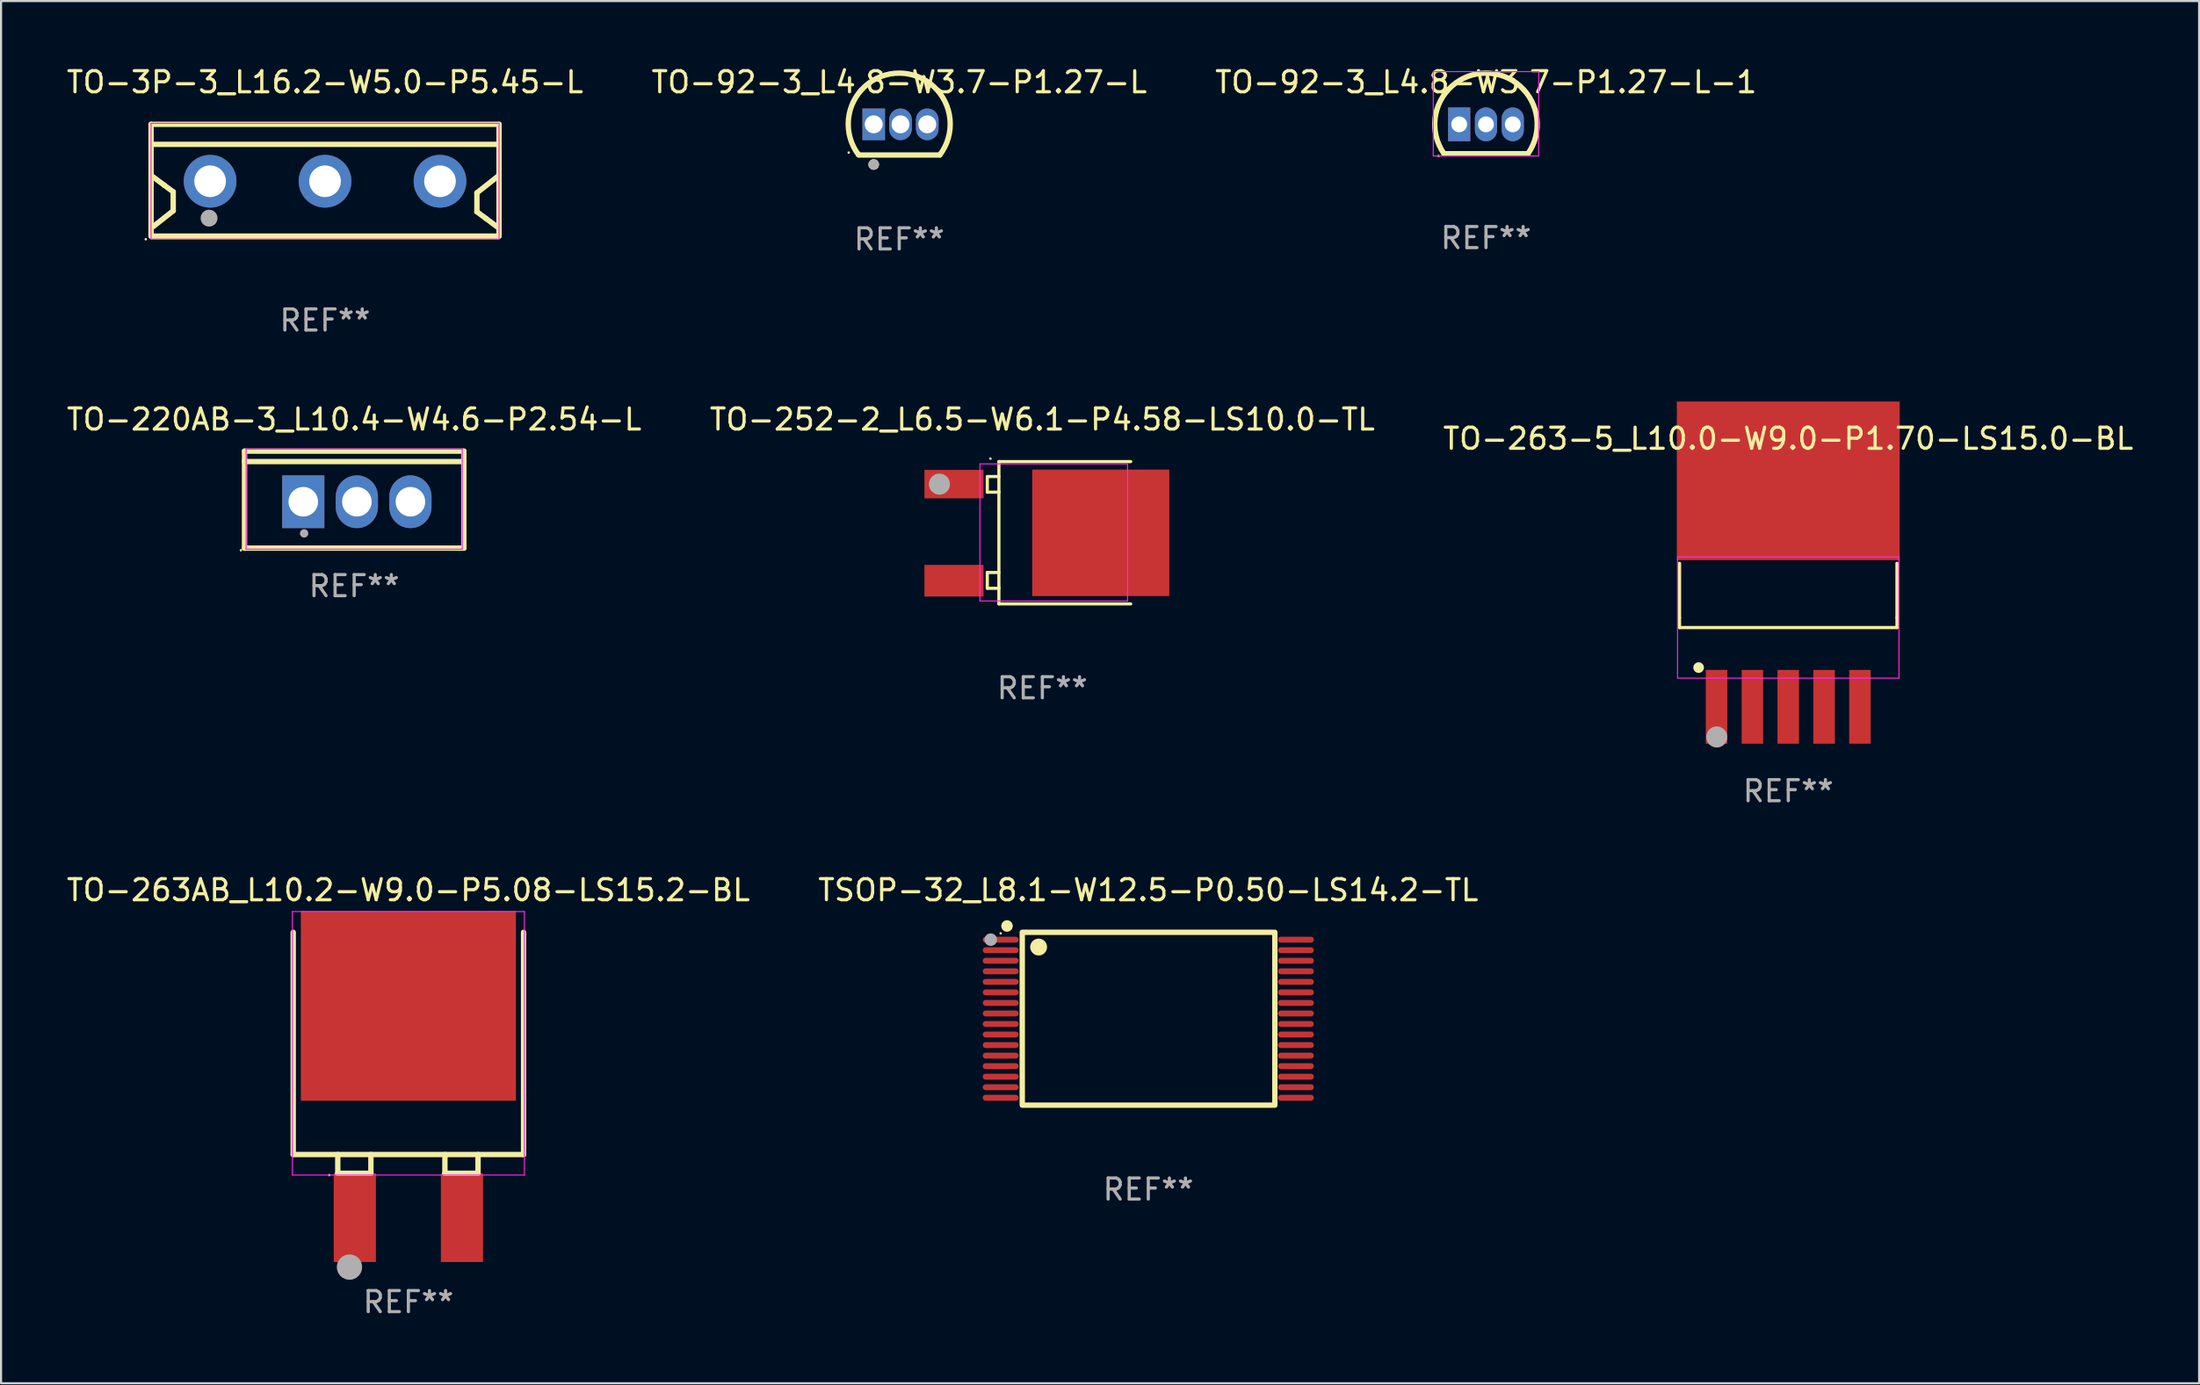
<source format=kicad_pcb>
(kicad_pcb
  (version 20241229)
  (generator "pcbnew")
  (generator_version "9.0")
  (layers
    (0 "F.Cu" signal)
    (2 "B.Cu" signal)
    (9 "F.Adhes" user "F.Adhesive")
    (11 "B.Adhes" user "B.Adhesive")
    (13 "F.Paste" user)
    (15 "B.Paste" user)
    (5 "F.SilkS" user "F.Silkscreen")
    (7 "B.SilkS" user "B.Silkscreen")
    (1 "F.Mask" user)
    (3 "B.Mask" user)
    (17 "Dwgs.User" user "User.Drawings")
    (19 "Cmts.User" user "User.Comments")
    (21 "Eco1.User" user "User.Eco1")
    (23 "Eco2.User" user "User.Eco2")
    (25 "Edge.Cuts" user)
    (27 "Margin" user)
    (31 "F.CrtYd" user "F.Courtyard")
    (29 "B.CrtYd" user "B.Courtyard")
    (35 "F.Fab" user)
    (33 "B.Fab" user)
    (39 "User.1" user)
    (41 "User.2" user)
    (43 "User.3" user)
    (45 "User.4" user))
  (footprint "TO-263-5_L10.0-W9.0-P1.70-LS15.0-BL"
    (layer "F.Cu")
    (at 81.744 25.118)
    (property "Reference" "TO-263-5_L10.0-W9.0-P1.70-LS15.0-BL" (at 0.000013 -7.36 0) (layer "F.SilkS") (effects (font (size 1 1) (thickness 0.15))))
    (attr smd)
    (fp_line (start -5.156 -1.447) (end -5.156 1.132) (stroke (width 0.152) (type solid)) (layer "F.SilkS"))
    (fp_line (start -5.156 1.132) (end -5.156 1.601) (stroke (width 0.15) (type solid)) (layer "F.SilkS"))
    (fp_line (start -5.156 1.601) (end 5.156 1.601) (stroke (width 0.152) (type solid)) (layer "F.SilkS"))
    (fp_line (start 5.156 -1.447) (end 5.156 1.132) (stroke (width 0.152) (type solid)) (layer "F.SilkS"))
    (fp_line (start 5.156 1.132) (end 5.156 1.601) (stroke (width 0.15) (type solid)) (layer "F.SilkS"))
    (fp_circle (center -4.25 3.5) (end -4.25 3.5) (stroke (width 0.254) (type solid)) (fill no) (layer "F.SilkS"))
    (fp_line (start -5.25 -1.75) (end -5.25 4) (stroke (width 0.05) (type default)) (layer "F.CrtYd"))
    (fp_line (start -5.25 4) (end 5.25 4) (stroke (width 0.05) (type default)) (layer "F.CrtYd"))
    (fp_line (start 5.25 -1.75) (end -5.25 -1.75) (stroke (width 0.05) (type default)) (layer "F.CrtYd"))
    (fp_line (start 5.25 4) (end 5.25 -1.75) (stroke (width 0.05) (type default)) (layer "F.CrtYd"))
    (fp_circle (center -3.39 6.79) (end -3.14 6.79) (stroke (width 0.5) (type solid)) (fill no) (layer "F.Fab"))
    (fp_text user "REF**" (at 0.000013 9.36 0) (layer "F.Fab") (effects (font (size 1 1) (thickness 0.15))))
    (pad "1" smd rect (at -3.4 5.36 270) (size 3.5 1.02) (layers "F.Cu" "F.Mask" "F.Paste"))
    (pad "2" smd rect (at -1.7 5.36 270) (size 3.5 1.02) (layers "F.Cu" "F.Mask" "F.Paste"))
    (pad "3" smd rect (at 0 5.36 270) (size 3.5 1.02) (layers "F.Cu" "F.Mask" "F.Paste"))
    (pad "4" smd rect (at 1.7 5.36 270) (size 3.5 1.02) (layers "F.Cu" "F.Mask" "F.Paste"))
    (pad "5" smd rect (at 3.4 5.36 270) (size 3.5 1.02) (layers "F.Cu" "F.Mask" "F.Paste"))
    (pad "6" smd rect (at 0 -5.36 270) (size 7.521 10.566) (layers "F.Cu" "F.Mask" "F.Paste")))
  (footprint "TO-263AB_L10.2-W9.0-P5.08-LS15.2-BL"
    (layer "F.Cu")
    (at 16.315 49.69)
    (property "Reference" "TO-263AB_L10.2-W9.0-P5.08-LS15.2-BL" (at 0.000076 -10.516 0) (layer "F.SilkS") (effects (font (size 1 1) (thickness 0.15))))
    (attr smd)
    (fp_line (start -5.461 -8.516) (end -5.461 2.025) (stroke (width 0.254) (type solid)) (layer "F.SilkS"))
    (fp_line (start -5.461 2.025) (end 5.461 2.025) (stroke (width 0.254) (type solid)) (layer "F.SilkS"))
    (fp_line (start -3.349 2.025) (end -3.349 2.914) (stroke (width 0.254) (type solid)) (layer "F.SilkS"))
    (fp_line (start -3.349 2.914) (end -1.778 2.914) (stroke (width 0.254) (type solid)) (layer "F.SilkS"))
    (fp_line (start -1.778 2.914) (end -1.778 2.025) (stroke (width 0.254) (type solid)) (layer "F.SilkS"))
    (fp_line (start 1.731 2.025) (end 1.731 2.914) (stroke (width 0.254) (type solid)) (layer "F.SilkS"))
    (fp_line (start 1.731 2.914) (end 3.302 2.914) (stroke (width 0.254) (type solid)) (layer "F.SilkS"))
    (fp_line (start 3.302 2.914) (end 3.302 2.025) (stroke (width 0.254) (type solid)) (layer "F.SilkS"))
    (fp_line (start 5.461 2.025) (end 5.461 -8.516) (stroke (width 0.254) (type solid)) (layer "F.SilkS"))
    (fp_circle (center -3.75 3) (end -3.72 3) (stroke (width 0.06) (type solid)) (fill no) (layer "F.SilkS"))
    (fp_line (start -5.5 -9.5) (end -5.5 3) (stroke (width 0.05) (type default)) (layer "F.CrtYd"))
    (fp_line (start -5.5 3) (end 5.5 3) (stroke (width 0.05) (type default)) (layer "F.CrtYd"))
    (fp_line (start 5.5 -9.5) (end -5.5 -9.5) (stroke (width 0.05) (type default)) (layer "F.CrtYd"))
    (fp_line (start 5.5 3) (end 5.5 -9.5) (stroke (width 0.05) (type default)) (layer "F.CrtYd"))
    (fp_circle (center -2.794 7.366) (end -2.494 7.366) (stroke (width 0.6) (type solid)) (fill no) (layer "F.Fab"))
    (fp_text user "REF**" (at 0.000076 9.025 0) (layer "F.Fab") (effects (font (size 1 1) (thickness 0.15))))
    (pad "1" smd rect (at -2.54 5.025 270) (size 4.2 2) (layers "F.Cu" "F.Mask" "F.Paste"))
    (pad "2" smd rect (at 0 -5.025) (size 10.2 9) (layers "F.Cu" "F.Mask" "F.Paste"))
    (pad "3" smd rect (at 2.54 5.025 270) (size 4.2 2) (layers "F.Cu" "F.Mask" "F.Paste")))
  (footprint "TO-3P-3_L16.2-W5.0-P5.45-L"
    (layer "F.Cu")
    (at 12.363 5.548)
    (property "Reference" "TO-3P-3_L16.2-W5.0-P5.45-L" (at 0 -4.7 0) (layer "F.SilkS") (effects (font (size 1 1) (thickness 0.15))))
    (attr through_hole)
    (fp_line (start -8.25 -2.7) (end 8.25 -2.7) (stroke (width 0.254) (type solid)) (layer "F.SilkS"))
    (fp_line (start -8.25 2.601) (end -8.25 -2.7) (stroke (width 0.254) (type solid)) (layer "F.SilkS"))
    (fp_line (start -8.249 -0.278) (end -7.625 0.187) (stroke (width 0.254) (type solid)) (layer "F.SilkS"))
    (fp_line (start -8.1 -1.75) (end 8.25 -1.75) (stroke (width 0.254) (type solid)) (layer "F.SilkS"))
    (fp_line (start -7.625 0.187) (end -7.2 0.502) (stroke (width 0.254) (type solid)) (layer "F.SilkS"))
    (fp_line (start -7.2 0.502) (end -7.2 1.401) (stroke (width 0.254) (type solid)) (layer "F.SilkS"))
    (fp_line (start -7.2 1.401) (end -8.249 2.229) (stroke (width 0.254) (type solid)) (layer "F.SilkS"))
    (fp_line (start 7.201 0.548) (end 8.249 -0.279) (stroke (width 0.254) (type solid)) (layer "F.SilkS"))
    (fp_line (start 7.201 1.447) (end 7.201 0.548) (stroke (width 0.254) (type solid)) (layer "F.SilkS"))
    (fp_line (start 7.625 1.762) (end 7.201 1.447) (stroke (width 0.254) (type solid)) (layer "F.SilkS"))
    (fp_line (start 8.249 2.227) (end 7.625 1.762) (stroke (width 0.254) (type solid)) (layer "F.SilkS"))
    (fp_line (start 8.25 -2.7) (end 8.25 2.601) (stroke (width 0.254) (type solid)) (layer "F.SilkS"))
    (fp_line (start 8.25 2.601) (end -8.25 2.601) (stroke (width 0.254) (type solid)) (layer "F.SilkS"))
    (fp_circle (center -8.5 2.75) (end -8.47 2.75) (stroke (width 0.06) (type solid)) (fill no) (layer "F.SilkS"))
    (fp_line (start -8.25 -2.75) (end 8.25 -2.75) (stroke (width 0.05) (type default)) (layer "F.CrtYd"))
    (fp_line (start -8.25 2.75) (end -8.25 -2.75) (stroke (width 0.05) (type default)) (layer "F.CrtYd"))
    (fp_line (start 8.25 -2.75) (end 8.25 2.75) (stroke (width 0.05) (type default)) (layer "F.CrtYd"))
    (fp_line (start 8.25 2.75) (end -8.25 2.75) (stroke (width 0.05) (type default)) (layer "F.CrtYd"))
    (fp_circle (center -5.5 1.75) (end -5.3 1.75) (stroke (width 0.4) (type solid)) (fill no) (layer "F.Fab"))
    (fp_text user "REF**" (at 0 6.601 0) (layer "F.Fab") (effects (font (size 1 1) (thickness 0.15))))
    (pad "1" thru_hole circle (at -5.45 0) (size 2.5 2.5) (drill 1.5) (layers "*.Cu" "*.Mask"))
    (pad "2" thru_hole circle (at 0 0) (size 2.5 2.5) (drill 1.5) (layers "*.Cu" "*.Mask"))
    (pad "3" thru_hole circle (at 5.45 0) (size 2.5 2.5) (drill 1.5) (layers "*.Cu" "*.Mask")))
  (footprint "TO-92-3_L4.8-W3.7-P1.27-L"
    (layer "F.Cu")
    (at 39.649 2.848)
    (property "Reference" "TO-92-3_L4.8-W3.7-P1.27-L" (at -0.06 -2 0) (layer "F.SilkS") (effects (font (size 1 1) (thickness 0.15))))
    (attr through_hole)
    (fp_line (start -1.98 1.455) (end 1.86 1.455) (stroke (width 0.254) (type solid)) (layer "F.SilkS"))
    (fp_arc (start -1.990602 1.444755) (mid -0.060197 -2.429651) (end 1.870205 1.444757) (stroke (width 0.254001) (type solid)) (layer "F.SilkS"))
    (fp_circle (center -2.456 1.339) (end -2.426 1.339) (stroke (width 0.06) (type solid)) (fill no) (layer "F.SilkS"))
    (fp_circle (center -1.27 1.905) (end -1.143 1.905) (stroke (width 0.254) (type solid)) (fill no) (layer "F.SilkS"))
    (fp_circle (center -1.27 1.905) (end -1.143 1.905) (stroke (width 0.254) (type solid)) (fill no) (layer "F.Fab"))
    (fp_text user "REF**" (at -0.06 5.455 0) (layer "F.Fab") (effects (font (size 1 1) (thickness 0.15))))
    (pad "1" thru_hole rect (at -1.27 0) (size 1.07 1.5) (drill 0.85) (layers "*.Cu" "*.Mask"))
    (pad "2" thru_hole oval (at 0 0) (size 1.07 1.5) (drill 0.85) (layers "*.Cu" "*.Mask"))
    (pad "3" thru_hole oval (at 1.27 0) (size 1.07 1.5) (drill 0.85) (layers "*.Cu" "*.Mask")))
  (footprint "TSOP-32_L8.1-W12.5-P0.50-LS14.2-TL"
    (layer "F.Cu")
    (at 51.399 45.274)
    (property "Reference" "TSOP-32_L8.1-W12.5-P0.50-LS14.2-TL" (at 0.000025 -6.1 0) (layer "F.SilkS") (effects (font (size 1 1) (thickness 0.15))))
    (attr smd)
    (fp_line (start -5.976 -4.1) (end -5.976 4.1) (stroke (width 0.254) (type solid)) (layer "F.SilkS"))
    (fp_line (start -5.9 -4.1) (end 5.9 -4.1) (stroke (width 0.254) (type solid)) (layer "F.SilkS"))
    (fp_line (start 5.9 4.1) (end -5.9 4.1) (stroke (width 0.254) (type solid)) (layer "F.SilkS"))
    (fp_line (start 6 -4.1) (end 6 4.1) (stroke (width 0.254) (type solid)) (layer "F.SilkS"))
    (fp_arc (start -6.697993 -4.523749) (mid -6.699283 -4.273769) (end -6.700493 -4.523749) (stroke (width 0.3) (type solid)) (layer "F.SilkS"))
    (fp_arc (start -5.198755 -3.6) (mid -5.199881 -3.200004) (end -5.201583 -3.599998) (stroke (width 0.4) (type solid)) (layer "F.SilkS"))
    (fp_circle (center -7 -4.05) (end -6.97 -4.05) (stroke (width 0.06) (type solid)) (fill no) (layer "F.SilkS"))
    (fp_circle (center -7.472 -3.751) (end -7.322 -3.751) (stroke (width 0.3) (type solid)) (fill no) (layer "F.Fab"))
    (fp_text user "REF**" (at 0.000025 8.1 0) (layer "F.Fab") (effects (font (size 1 1) (thickness 0.15))))
    (pad "1" smd oval (at -7 -3.75 90) (size 0.28 1.7) (layers "F.Cu" "F.Mask" "F.Paste"))
    (pad "2" smd oval (at -7 -3.25 90) (size 0.28 1.7) (layers "F.Cu" "F.Mask" "F.Paste"))
    (pad "3" smd oval (at -7 -2.75 90) (size 0.28 1.7) (layers "F.Cu" "F.Mask" "F.Paste"))
    (pad "4" smd oval (at -7 -2.25 90) (size 0.28 1.7) (layers "F.Cu" "F.Mask" "F.Paste"))
    (pad "5" smd oval (at -7 -1.75 90) (size 0.28 1.7) (layers "F.Cu" "F.Mask" "F.Paste"))
    (pad "6" smd oval (at -7 -1.25 90) (size 0.28 1.7) (layers "F.Cu" "F.Mask" "F.Paste"))
    (pad "7" smd oval (at -7 -0.75 90) (size 0.28 1.7) (layers "F.Cu" "F.Mask" "F.Paste"))
    (pad "8" smd oval (at -7 -0.25 90) (size 0.28 1.7) (layers "F.Cu" "F.Mask" "F.Paste"))
    (pad "9" smd oval (at -7 0.25 90) (size 0.28 1.7) (layers "F.Cu" "F.Mask" "F.Paste"))
    (pad "10" smd oval (at -7 0.75 90) (size 0.28 1.7) (layers "F.Cu" "F.Mask" "F.Paste"))
    (pad "11" smd oval (at -7 1.25 90) (size 0.28 1.7) (layers "F.Cu" "F.Mask" "F.Paste"))
    (pad "12" smd oval (at -7 1.75 90) (size 0.28 1.7) (layers "F.Cu" "F.Mask" "F.Paste"))
    (pad "13" smd oval (at -7 2.25 90) (size 0.28 1.7) (layers "F.Cu" "F.Mask" "F.Paste"))
    (pad "14" smd oval (at -7 2.75 90) (size 0.28 1.7) (layers "F.Cu" "F.Mask" "F.Paste"))
    (pad "15" smd oval (at -7 3.25 90) (size 0.28 1.7) (layers "F.Cu" "F.Mask" "F.Paste"))
    (pad "16" smd oval (at -7 3.75 90) (size 0.28 1.7) (layers "F.Cu" "F.Mask" "F.Paste"))
    (pad "17" smd oval (at 7 3.75 90) (size 0.28 1.7) (layers "F.Cu" "F.Mask" "F.Paste"))
    (pad "18" smd oval (at 7 3.25 90) (size 0.28 1.7) (layers "F.Cu" "F.Mask" "F.Paste"))
    (pad "19" smd oval (at 7 2.75 90) (size 0.28 1.7) (layers "F.Cu" "F.Mask" "F.Paste"))
    (pad "20" smd oval (at 7 2.25 90) (size 0.28 1.7) (layers "F.Cu" "F.Mask" "F.Paste"))
    (pad "21" smd oval (at 7 1.75 90) (size 0.28 1.7) (layers "F.Cu" "F.Mask" "F.Paste"))
    (pad "22" smd oval (at 7 1.25 90) (size 0.28 1.7) (layers "F.Cu" "F.Mask" "F.Paste"))
    (pad "23" smd oval (at 7 0.75 90) (size 0.28 1.7) (layers "F.Cu" "F.Mask" "F.Paste"))
    (pad "24" smd oval (at 7 0.25 90) (size 0.28 1.7) (layers "F.Cu" "F.Mask" "F.Paste"))
    (pad "25" smd oval (at 7 -0.25 90) (size 0.28 1.7) (layers "F.Cu" "F.Mask" "F.Paste"))
    (pad "26" smd oval (at 7 -0.75 90) (size 0.28 1.7) (layers "F.Cu" "F.Mask" "F.Paste"))
    (pad "27" smd oval (at 7 -1.25 90) (size 0.28 1.7) (layers "F.Cu" "F.Mask" "F.Paste"))
    (pad "28" smd oval (at 7 -1.75 90) (size 0.28 1.7) (layers "F.Cu" "F.Mask" "F.Paste"))
    (pad "29" smd oval (at 7 -2.25 90) (size 0.28 1.7) (layers "F.Cu" "F.Mask" "F.Paste"))
    (pad "30" smd oval (at 7 -2.75 90) (size 0.28 1.7) (layers "F.Cu" "F.Mask" "F.Paste"))
    (pad "31" smd oval (at 7 -3.25 90) (size 0.28 1.7) (layers "F.Cu" "F.Mask" "F.Paste"))
    (pad "32" smd oval (at 7 -3.75 90) (size 0.28 1.7) (layers "F.Cu" "F.Mask" "F.Paste")))
  (footprint "TO-220AB-3_L10.4-W4.6-P2.54-L"
    (layer "F.Cu")
    (at 13.871 20.751)
    (property "Reference" "TO-220AB-3_L10.4-W4.6-P2.54-L" (at -0.127 -3.905 0) (layer "F.SilkS") (effects (font (size 1 1) (thickness 0.15))))
    (attr through_hole)
    (fp_line (start -5.327 -2.4) (end -5.327 2.2) (stroke (width 0.254) (type solid)) (layer "F.SilkS"))
    (fp_line (start -5.327 2.2) (end 5.073 2.2) (stroke (width 0.254) (type solid)) (layer "F.SilkS"))
    (fp_line (start 5.073 -2.4) (end -5.327 -2.4) (stroke (width 0.254) (type solid)) (layer "F.SilkS"))
    (fp_line (start 5.073 2.2) (end 5.073 -2.4) (stroke (width 0.254) (type solid)) (layer "F.SilkS"))
    (fp_line (start 5.08 -1.905) (end -5.334 -1.905) (stroke (width 0.254) (type solid)) (layer "F.SilkS"))
    (fp_circle (center -5.5 2.3) (end -5.47 2.3) (stroke (width 0.06) (type solid)) (fill no) (layer "F.SilkS"))
    (fp_line (start -5.25 -2.5) (end -5.25 2.25) (stroke (width 0.05) (type default)) (layer "F.CrtYd"))
    (fp_line (start -5.25 2.25) (end 5 2.25) (stroke (width 0.05) (type default)) (layer "F.CrtYd"))
    (fp_line (start 5 -2.5) (end -5.25 -2.5) (stroke (width 0.05) (type default)) (layer "F.CrtYd"))
    (fp_line (start 5 2.25) (end 5 -2.5) (stroke (width 0.05) (type default)) (layer "F.CrtYd"))
    (fp_circle (center -2.5 1.5) (end -2.4 1.5) (stroke (width 0.2) (type solid)) (fill no) (layer "F.Fab"))
    (fp_text user "REF**" (at -0.127 4 0) (layer "F.Fab") (effects (font (size 1 1) (thickness 0.15))))
    (pad "1" thru_hole rect (at -2.54 0) (size 2 2.5) (drill 1.4) (layers "*.Cu" "*.Mask"))
    (pad "2" thru_hole oval (at 0 0) (size 2 2.5) (drill 1.4) (layers "*.Cu" "*.Mask"))
    (pad "3" thru_hole oval (at 2.54 0) (size 2 2.5) (drill 1.4) (layers "*.Cu" "*.Mask")))
  (footprint "TO-92-3_L4.8-W3.7-P1.27-L-1"
    (layer "F.Cu")
    (at 67.411 2.848)
    (property "Reference" "TO-92-3_L4.8-W3.7-P1.27-L-1" (at 0 -2 0) (layer "F.SilkS") (effects (font (size 1 1) (thickness 0.15))))
    (attr through_hole)
    (fp_line (start 1.99 1.394) (end -1.99 1.394) (stroke (width 0.254) (type solid)) (layer "F.SilkS"))
    (fp_arc (start -1.990196 1.393548) (mid 0.00001 -2.429612) (end 1.990184 1.393565) (stroke (width 0.254001) (type solid)) (layer "F.SilkS"))
    (fp_circle (center -2.25 1.5) (end -2.22 1.5) (stroke (width 0.06) (type solid)) (fill no) (layer "F.SilkS"))
    (fp_line (start -2.5 -2.5) (end -2.5 1.5) (stroke (width 0.05) (type default)) (layer "F.CrtYd"))
    (fp_line (start -2.5 1.5) (end 2.5 1.5) (stroke (width 0.05) (type default)) (layer "F.CrtYd"))
    (fp_line (start 2.5 -2.5) (end -2.5 -2.5) (stroke (width 0.05) (type default)) (layer "F.CrtYd"))
    (fp_line (start 2.5 1.5) (end 2.5 -2.5) (stroke (width 0.05) (type default)) (layer "F.CrtYd"))
    (fp_text user "REF**" (at 0 5.394 0) (layer "F.Fab") (effects (font (size 1 1) (thickness 0.15))))
    (pad "1" thru_hole rect (at -1.27 0) (size 1.05 1.6) (drill 0.75) (layers "*.Cu" "*.Mask"))
    (pad "2" thru_hole oval (at 0 0) (size 1.05 1.6) (drill 0.75) (layers "*.Cu" "*.Mask"))
    (pad "3" thru_hole oval (at 1.27 0) (size 1.05 1.6) (drill 0.75) (layers "*.Cu" "*.Mask")))
  (footprint "TO-252-2_L6.5-W6.1-P4.58-LS10.0-TL"
    (layer "F.Cu")
    (at 45.665 22.206)
    (property "Reference" "TO-252-2_L6.5-W6.1-P4.58-LS10.0-TL" (at 0.71 -5.36 0) (layer "F.SilkS") (effects (font (size 1 1) (thickness 0.15))))
    (attr smd)
    (fp_line (start -1.9 -2.65) (end -1.9 -1.91) (stroke (width 0.15) (type solid)) (layer "F.SilkS"))
    (fp_line (start -1.9 -1.91) (end -1.35 -1.91) (stroke (width 0.15) (type solid)) (layer "F.SilkS"))
    (fp_line (start -1.9 1.9) (end -1.9 2.65) (stroke (width 0.15) (type solid)) (layer "F.SilkS"))
    (fp_line (start -1.9 2.65) (end -1.35 2.65) (stroke (width 0.15) (type solid)) (layer "F.SilkS"))
    (fp_line (start -1.35 -3.36) (end -1.35 3.39) (stroke (width 0.15) (type solid)) (layer "F.SilkS"))
    (fp_line (start -1.35 -2.65) (end -1.9 -2.65) (stroke (width 0.15) (type solid)) (layer "F.SilkS"))
    (fp_line (start -1.35 -1.91) (end -1.35 -1.92) (stroke (width 0.15) (type solid)) (layer "F.SilkS"))
    (fp_line (start -1.35 1.9) (end -1.9 1.9) (stroke (width 0.15) (type solid)) (layer "F.SilkS"))
    (fp_line (start -1.35 2.65) (end -1.35 2.63) (stroke (width 0.15) (type solid)) (layer "F.SilkS"))
    (fp_line (start 4.9 -3.36) (end -1.35 -3.36) (stroke (width 0.15) (type solid)) (layer "F.SilkS"))
    (fp_line (start 4.9 3.39) (end -1.35 3.39) (stroke (width 0.15) (type solid)) (layer "F.SilkS"))
    (fp_circle (center -1.75 -3.5) (end -1.72 -3.5) (stroke (width 0.06) (type solid)) (fill no) (layer "F.SilkS"))
    (fp_line (start -2.25 -3.25) (end 4.75 -3.25) (stroke (width 0.05) (type default)) (layer "F.CrtYd"))
    (fp_line (start -2.25 3.25) (end -2.25 -3.25) (stroke (width 0.05) (type default)) (layer "F.CrtYd"))
    (fp_line (start 4.75 -3.25) (end 4.75 3.25) (stroke (width 0.05) (type default)) (layer "F.CrtYd"))
    (fp_line (start 4.75 3.25) (end -2.25 3.25) (stroke (width 0.05) (type default)) (layer "F.CrtYd"))
    (fp_circle (center -4.17 -2.29) (end -3.92 -2.29) (stroke (width 0.5) (type solid)) (fill no) (layer "F.Fab"))
    (fp_text user "REF**" (at 0.71 7.39 0) (layer "F.Fab") (effects (font (size 1 1) (thickness 0.15))))
    (pad "1" smd rect (at -3.48 -2.29) (size 2.8 1.35) (layers "F.Cu" "F.Mask" "F.Paste"))
    (pad "3" smd rect (at -3.48 2.29) (size 2.8 1.5) (layers "F.Cu" "F.Mask" "F.Paste"))
    (pad "4" smd rect (at 3.48 0.02) (size 6.5 6) (layers "F.Cu" "F.Mask" "F.Paste")))
  (gr_rect
    (start -3 -3)
    (end 101.226 62.564)
    (stroke (width 0.1) (type default))
    (fill no)
    (layer "Edge.Cuts")))
</source>
